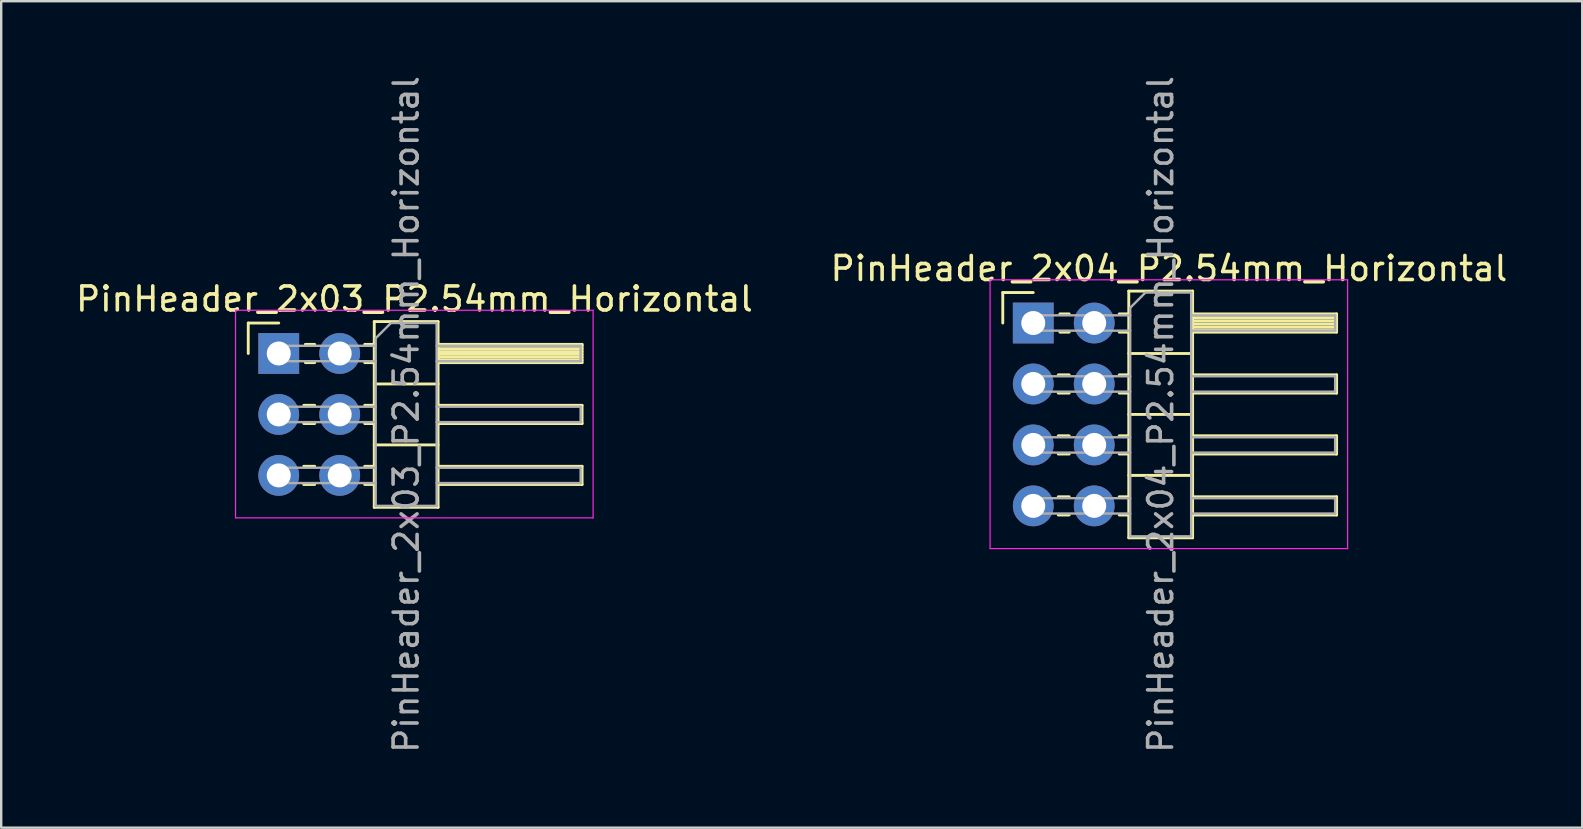
<source format=kicad_pcb>
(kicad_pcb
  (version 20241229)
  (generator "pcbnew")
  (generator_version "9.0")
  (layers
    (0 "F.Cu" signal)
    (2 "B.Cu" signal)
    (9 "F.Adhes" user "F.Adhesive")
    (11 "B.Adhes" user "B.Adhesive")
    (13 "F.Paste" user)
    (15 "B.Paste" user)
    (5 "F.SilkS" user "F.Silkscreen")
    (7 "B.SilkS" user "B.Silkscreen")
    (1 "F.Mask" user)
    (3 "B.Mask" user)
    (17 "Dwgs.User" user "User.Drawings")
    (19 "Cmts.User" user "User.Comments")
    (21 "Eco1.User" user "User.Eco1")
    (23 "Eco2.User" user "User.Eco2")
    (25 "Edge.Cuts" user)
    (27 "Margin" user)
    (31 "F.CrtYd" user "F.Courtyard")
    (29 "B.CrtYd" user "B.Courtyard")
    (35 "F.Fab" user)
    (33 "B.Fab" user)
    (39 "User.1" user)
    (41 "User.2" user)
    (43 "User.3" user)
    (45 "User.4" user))
  (footprint "PinHeader_2x04_P2.54mm_Horizontal"
    (layer "F.Cu")
    (at 40.006 10.41)
    (property "Reference" "PinHeader_2x04_P2.54mm_Horizontal" (at 5.655 -2.27 0) (layer "F.SilkS") (effects (font (size 1 1) (thickness 0.15))))
    (attr through_hole)
    (fp_line (start -1.27 -1.27) (end 0 -1.27) (stroke (width 0.12) (type solid)) (layer "F.SilkS"))
    (fp_line (start -1.27 0) (end -1.27 -1.27) (stroke (width 0.12) (type solid)) (layer "F.SilkS"))
    (fp_line (start 1.043 2.16) (end 1.497 2.16) (stroke (width 0.12) (type solid)) (layer "F.SilkS"))
    (fp_line (start 1.043 2.92) (end 1.497 2.92) (stroke (width 0.12) (type solid)) (layer "F.SilkS"))
    (fp_line (start 1.043 4.7) (end 1.497 4.7) (stroke (width 0.12) (type solid)) (layer "F.SilkS"))
    (fp_line (start 1.043 5.46) (end 1.497 5.46) (stroke (width 0.12) (type solid)) (layer "F.SilkS"))
    (fp_line (start 1.043 7.24) (end 1.497 7.24) (stroke (width 0.12) (type solid)) (layer "F.SilkS"))
    (fp_line (start 1.043 8) (end 1.497 8) (stroke (width 0.12) (type solid)) (layer "F.SilkS"))
    (fp_line (start 1.11 -0.38) (end 1.497 -0.38) (stroke (width 0.12) (type solid)) (layer "F.SilkS"))
    (fp_line (start 1.11 0.38) (end 1.497 0.38) (stroke (width 0.12) (type solid)) (layer "F.SilkS"))
    (fp_line (start 3.583 -0.38) (end 3.98 -0.38) (stroke (width 0.12) (type solid)) (layer "F.SilkS"))
    (fp_line (start 3.583 0.38) (end 3.98 0.38) (stroke (width 0.12) (type solid)) (layer "F.SilkS"))
    (fp_line (start 3.583 2.16) (end 3.98 2.16) (stroke (width 0.12) (type solid)) (layer "F.SilkS"))
    (fp_line (start 3.583 2.92) (end 3.98 2.92) (stroke (width 0.12) (type solid)) (layer "F.SilkS"))
    (fp_line (start 3.583 4.7) (end 3.98 4.7) (stroke (width 0.12) (type solid)) (layer "F.SilkS"))
    (fp_line (start 3.583 5.46) (end 3.98 5.46) (stroke (width 0.12) (type solid)) (layer "F.SilkS"))
    (fp_line (start 3.583 7.24) (end 3.98 7.24) (stroke (width 0.12) (type solid)) (layer "F.SilkS"))
    (fp_line (start 3.583 8) (end 3.98 8) (stroke (width 0.12) (type solid)) (layer "F.SilkS"))
    (fp_line (start 3.98 -1.33) (end 3.98 8.95) (stroke (width 0.12) (type solid)) (layer "F.SilkS"))
    (fp_line (start 3.98 1.27) (end 6.64 1.27) (stroke (width 0.12) (type solid)) (layer "F.SilkS"))
    (fp_line (start 3.98 3.81) (end 6.64 3.81) (stroke (width 0.12) (type solid)) (layer "F.SilkS"))
    (fp_line (start 3.98 6.35) (end 6.64 6.35) (stroke (width 0.12) (type solid)) (layer "F.SilkS"))
    (fp_line (start 3.98 8.95) (end 6.64 8.95) (stroke (width 0.12) (type solid)) (layer "F.SilkS"))
    (fp_line (start 6.64 -1.33) (end 3.98 -1.33) (stroke (width 0.12) (type solid)) (layer "F.SilkS"))
    (fp_line (start 6.64 -0.38) (end 12.64 -0.38) (stroke (width 0.12) (type solid)) (layer "F.SilkS"))
    (fp_line (start 6.64 -0.32) (end 12.64 -0.32) (stroke (width 0.12) (type solid)) (layer "F.SilkS"))
    (fp_line (start 6.64 -0.2) (end 12.64 -0.2) (stroke (width 0.12) (type solid)) (layer "F.SilkS"))
    (fp_line (start 6.64 -0.08) (end 12.64 -0.08) (stroke (width 0.12) (type solid)) (layer "F.SilkS"))
    (fp_line (start 6.64 0.04) (end 12.64 0.04) (stroke (width 0.12) (type solid)) (layer "F.SilkS"))
    (fp_line (start 6.64 0.16) (end 12.64 0.16) (stroke (width 0.12) (type solid)) (layer "F.SilkS"))
    (fp_line (start 6.64 0.28) (end 12.64 0.28) (stroke (width 0.12) (type solid)) (layer "F.SilkS"))
    (fp_line (start 6.64 2.16) (end 12.64 2.16) (stroke (width 0.12) (type solid)) (layer "F.SilkS"))
    (fp_line (start 6.64 4.7) (end 12.64 4.7) (stroke (width 0.12) (type solid)) (layer "F.SilkS"))
    (fp_line (start 6.64 7.24) (end 12.64 7.24) (stroke (width 0.12) (type solid)) (layer "F.SilkS"))
    (fp_line (start 6.64 8.95) (end 6.64 -1.33) (stroke (width 0.12) (type solid)) (layer "F.SilkS"))
    (fp_line (start 12.64 -0.38) (end 12.64 0.38) (stroke (width 0.12) (type solid)) (layer "F.SilkS"))
    (fp_line (start 12.64 0.38) (end 6.64 0.38) (stroke (width 0.12) (type solid)) (layer "F.SilkS"))
    (fp_line (start 12.64 2.16) (end 12.64 2.92) (stroke (width 0.12) (type solid)) (layer "F.SilkS"))
    (fp_line (start 12.64 2.92) (end 6.64 2.92) (stroke (width 0.12) (type solid)) (layer "F.SilkS"))
    (fp_line (start 12.64 4.7) (end 12.64 5.46) (stroke (width 0.12) (type solid)) (layer "F.SilkS"))
    (fp_line (start 12.64 5.46) (end 6.64 5.46) (stroke (width 0.12) (type solid)) (layer "F.SilkS"))
    (fp_line (start 12.64 7.24) (end 12.64 8) (stroke (width 0.12) (type solid)) (layer "F.SilkS"))
    (fp_line (start 12.64 8) (end 6.64 8) (stroke (width 0.12) (type solid)) (layer "F.SilkS"))
    (fp_line (start -1.8 -1.8) (end -1.8 9.4) (stroke (width 0.05) (type solid)) (layer "F.CrtYd"))
    (fp_line (start -1.8 9.4) (end 13.1 9.4) (stroke (width 0.05) (type solid)) (layer "F.CrtYd"))
    (fp_line (start 13.1 -1.8) (end -1.8 -1.8) (stroke (width 0.05) (type solid)) (layer "F.CrtYd"))
    (fp_line (start 13.1 9.4) (end 13.1 -1.8) (stroke (width 0.05) (type solid)) (layer "F.CrtYd"))
    (fp_line (start -0.32 -0.32) (end -0.32 0.32) (stroke (width 0.1) (type solid)) (layer "F.Fab"))
    (fp_line (start -0.32 -0.32) (end 4.04 -0.32) (stroke (width 0.1) (type solid)) (layer "F.Fab"))
    (fp_line (start -0.32 0.32) (end 4.04 0.32) (stroke (width 0.1) (type solid)) (layer "F.Fab"))
    (fp_line (start -0.32 2.22) (end -0.32 2.86) (stroke (width 0.1) (type solid)) (layer "F.Fab"))
    (fp_line (start -0.32 2.22) (end 4.04 2.22) (stroke (width 0.1) (type solid)) (layer "F.Fab"))
    (fp_line (start -0.32 2.86) (end 4.04 2.86) (stroke (width 0.1) (type solid)) (layer "F.Fab"))
    (fp_line (start -0.32 4.76) (end -0.32 5.4) (stroke (width 0.1) (type solid)) (layer "F.Fab"))
    (fp_line (start -0.32 4.76) (end 4.04 4.76) (stroke (width 0.1) (type solid)) (layer "F.Fab"))
    (fp_line (start -0.32 5.4) (end 4.04 5.4) (stroke (width 0.1) (type solid)) (layer "F.Fab"))
    (fp_line (start -0.32 7.3) (end -0.32 7.94) (stroke (width 0.1) (type solid)) (layer "F.Fab"))
    (fp_line (start -0.32 7.3) (end 4.04 7.3) (stroke (width 0.1) (type solid)) (layer "F.Fab"))
    (fp_line (start -0.32 7.94) (end 4.04 7.94) (stroke (width 0.1) (type solid)) (layer "F.Fab"))
    (fp_line (start 4.04 -0.635) (end 4.675 -1.27) (stroke (width 0.1) (type solid)) (layer "F.Fab"))
    (fp_line (start 4.04 8.89) (end 4.04 -0.635) (stroke (width 0.1) (type solid)) (layer "F.Fab"))
    (fp_line (start 4.675 -1.27) (end 6.58 -1.27) (stroke (width 0.1) (type solid)) (layer "F.Fab"))
    (fp_line (start 6.58 -1.27) (end 6.58 8.89) (stroke (width 0.1) (type solid)) (layer "F.Fab"))
    (fp_line (start 6.58 -0.32) (end 12.58 -0.32) (stroke (width 0.1) (type solid)) (layer "F.Fab"))
    (fp_line (start 6.58 0.32) (end 12.58 0.32) (stroke (width 0.1) (type solid)) (layer "F.Fab"))
    (fp_line (start 6.58 2.22) (end 12.58 2.22) (stroke (width 0.1) (type solid)) (layer "F.Fab"))
    (fp_line (start 6.58 2.86) (end 12.58 2.86) (stroke (width 0.1) (type solid)) (layer "F.Fab"))
    (fp_line (start 6.58 4.76) (end 12.58 4.76) (stroke (width 0.1) (type solid)) (layer "F.Fab"))
    (fp_line (start 6.58 5.4) (end 12.58 5.4) (stroke (width 0.1) (type solid)) (layer "F.Fab"))
    (fp_line (start 6.58 7.3) (end 12.58 7.3) (stroke (width 0.1) (type solid)) (layer "F.Fab"))
    (fp_line (start 6.58 7.94) (end 12.58 7.94) (stroke (width 0.1) (type solid)) (layer "F.Fab"))
    (fp_line (start 6.58 8.89) (end 4.04 8.89) (stroke (width 0.1) (type solid)) (layer "F.Fab"))
    (fp_line (start 12.58 -0.32) (end 12.58 0.32) (stroke (width 0.1) (type solid)) (layer "F.Fab"))
    (fp_line (start 12.58 2.22) (end 12.58 2.86) (stroke (width 0.1) (type solid)) (layer "F.Fab"))
    (fp_line (start 12.58 4.76) (end 12.58 5.4) (stroke (width 0.1) (type solid)) (layer "F.Fab"))
    (fp_line (start 12.58 7.3) (end 12.58 7.94) (stroke (width 0.1) (type solid)) (layer "F.Fab"))
    (fp_text user "${REFERENCE}" (at 5.31 3.81 90) (layer "F.Fab") (effects (font (size 1 1) (thickness 0.15))))
    (pad "1" thru_hole rect (at 0 0) (size 1.7 1.7) (drill 1) (layers "*.Cu" "*.Mask"))
    (pad "2" thru_hole oval (at 0 2.54) (size 1.7 1.7) (drill 1) (layers "*.Cu" "*.Mask"))
    (pad "3" thru_hole oval (at 0 5.08) (size 1.7 1.7) (drill 1) (layers "*.Cu" "*.Mask"))
    (pad "4" thru_hole oval (at 0 7.62) (size 1.7 1.7) (drill 1) (layers "*.Cu" "*.Mask"))
    (pad "5" thru_hole oval (at 2.54 0) (size 1.7 1.7) (drill 1) (layers "*.Cu" "*.Mask"))
    (pad "6" thru_hole oval (at 2.54 2.54) (size 1.7 1.7) (drill 1) (layers "*.Cu" "*.Mask"))
    (pad "7" thru_hole oval (at 2.54 5.08) (size 1.7 1.7) (drill 1) (layers "*.Cu" "*.Mask"))
    (pad "8" thru_hole oval (at 2.54 7.62) (size 1.7 1.7) (drill 1) (layers "*.Cu" "*.Mask")))
  (footprint "PinHeader_2x03_P2.54mm_Horizontal"
    (layer "F.Cu")
    (at 8.565 11.68)
    (property "Reference" "PinHeader_2x03_P2.54mm_Horizontal" (at 5.655 -2.27 0) (layer "F.SilkS") (effects (font (size 1 1) (thickness 0.15))))
    (attr through_hole)
    (fp_line (start -1.27 -1.27) (end 0 -1.27) (stroke (width 0.12) (type solid)) (layer "F.SilkS"))
    (fp_line (start -1.27 0) (end -1.27 -1.27) (stroke (width 0.12) (type solid)) (layer "F.SilkS"))
    (fp_line (start 1.043 2.16) (end 1.497 2.16) (stroke (width 0.12) (type solid)) (layer "F.SilkS"))
    (fp_line (start 1.043 2.92) (end 1.497 2.92) (stroke (width 0.12) (type solid)) (layer "F.SilkS"))
    (fp_line (start 1.043 4.7) (end 1.497 4.7) (stroke (width 0.12) (type solid)) (layer "F.SilkS"))
    (fp_line (start 1.043 5.46) (end 1.497 5.46) (stroke (width 0.12) (type solid)) (layer "F.SilkS"))
    (fp_line (start 1.11 -0.38) (end 1.497 -0.38) (stroke (width 0.12) (type solid)) (layer "F.SilkS"))
    (fp_line (start 1.11 0.38) (end 1.497 0.38) (stroke (width 0.12) (type solid)) (layer "F.SilkS"))
    (fp_line (start 3.583 -0.38) (end 3.98 -0.38) (stroke (width 0.12) (type solid)) (layer "F.SilkS"))
    (fp_line (start 3.583 0.38) (end 3.98 0.38) (stroke (width 0.12) (type solid)) (layer "F.SilkS"))
    (fp_line (start 3.583 2.16) (end 3.98 2.16) (stroke (width 0.12) (type solid)) (layer "F.SilkS"))
    (fp_line (start 3.583 2.92) (end 3.98 2.92) (stroke (width 0.12) (type solid)) (layer "F.SilkS"))
    (fp_line (start 3.583 4.7) (end 3.98 4.7) (stroke (width 0.12) (type solid)) (layer "F.SilkS"))
    (fp_line (start 3.583 5.46) (end 3.98 5.46) (stroke (width 0.12) (type solid)) (layer "F.SilkS"))
    (fp_line (start 3.98 -1.33) (end 3.98 6.41) (stroke (width 0.12) (type solid)) (layer "F.SilkS"))
    (fp_line (start 3.98 1.27) (end 6.64 1.27) (stroke (width 0.12) (type solid)) (layer "F.SilkS"))
    (fp_line (start 3.98 3.81) (end 6.64 3.81) (stroke (width 0.12) (type solid)) (layer "F.SilkS"))
    (fp_line (start 3.98 6.41) (end 6.64 6.41) (stroke (width 0.12) (type solid)) (layer "F.SilkS"))
    (fp_line (start 6.64 -1.33) (end 3.98 -1.33) (stroke (width 0.12) (type solid)) (layer "F.SilkS"))
    (fp_line (start 6.64 -0.38) (end 12.64 -0.38) (stroke (width 0.12) (type solid)) (layer "F.SilkS"))
    (fp_line (start 6.64 -0.32) (end 12.64 -0.32) (stroke (width 0.12) (type solid)) (layer "F.SilkS"))
    (fp_line (start 6.64 -0.2) (end 12.64 -0.2) (stroke (width 0.12) (type solid)) (layer "F.SilkS"))
    (fp_line (start 6.64 -0.08) (end 12.64 -0.08) (stroke (width 0.12) (type solid)) (layer "F.SilkS"))
    (fp_line (start 6.64 0.04) (end 12.64 0.04) (stroke (width 0.12) (type solid)) (layer "F.SilkS"))
    (fp_line (start 6.64 0.16) (end 12.64 0.16) (stroke (width 0.12) (type solid)) (layer "F.SilkS"))
    (fp_line (start 6.64 0.28) (end 12.64 0.28) (stroke (width 0.12) (type solid)) (layer "F.SilkS"))
    (fp_line (start 6.64 2.16) (end 12.64 2.16) (stroke (width 0.12) (type solid)) (layer "F.SilkS"))
    (fp_line (start 6.64 4.7) (end 12.64 4.7) (stroke (width 0.12) (type solid)) (layer "F.SilkS"))
    (fp_line (start 6.64 6.41) (end 6.64 -1.33) (stroke (width 0.12) (type solid)) (layer "F.SilkS"))
    (fp_line (start 12.64 -0.38) (end 12.64 0.38) (stroke (width 0.12) (type solid)) (layer "F.SilkS"))
    (fp_line (start 12.64 0.38) (end 6.64 0.38) (stroke (width 0.12) (type solid)) (layer "F.SilkS"))
    (fp_line (start 12.64 2.16) (end 12.64 2.92) (stroke (width 0.12) (type solid)) (layer "F.SilkS"))
    (fp_line (start 12.64 2.92) (end 6.64 2.92) (stroke (width 0.12) (type solid)) (layer "F.SilkS"))
    (fp_line (start 12.64 4.7) (end 12.64 5.46) (stroke (width 0.12) (type solid)) (layer "F.SilkS"))
    (fp_line (start 12.64 5.46) (end 6.64 5.46) (stroke (width 0.12) (type solid)) (layer "F.SilkS"))
    (fp_line (start -1.8 -1.8) (end -1.8 6.85) (stroke (width 0.05) (type solid)) (layer "F.CrtYd"))
    (fp_line (start -1.8 6.85) (end 13.1 6.85) (stroke (width 0.05) (type solid)) (layer "F.CrtYd"))
    (fp_line (start 13.1 -1.8) (end -1.8 -1.8) (stroke (width 0.05) (type solid)) (layer "F.CrtYd"))
    (fp_line (start 13.1 6.85) (end 13.1 -1.8) (stroke (width 0.05) (type solid)) (layer "F.CrtYd"))
    (fp_line (start -0.32 -0.32) (end -0.32 0.32) (stroke (width 0.1) (type solid)) (layer "F.Fab"))
    (fp_line (start -0.32 -0.32) (end 4.04 -0.32) (stroke (width 0.1) (type solid)) (layer "F.Fab"))
    (fp_line (start -0.32 0.32) (end 4.04 0.32) (stroke (width 0.1) (type solid)) (layer "F.Fab"))
    (fp_line (start -0.32 2.22) (end -0.32 2.86) (stroke (width 0.1) (type solid)) (layer "F.Fab"))
    (fp_line (start -0.32 2.22) (end 4.04 2.22) (stroke (width 0.1) (type solid)) (layer "F.Fab"))
    (fp_line (start -0.32 2.86) (end 4.04 2.86) (stroke (width 0.1) (type solid)) (layer "F.Fab"))
    (fp_line (start -0.32 4.76) (end -0.32 5.4) (stroke (width 0.1) (type solid)) (layer "F.Fab"))
    (fp_line (start -0.32 4.76) (end 4.04 4.76) (stroke (width 0.1) (type solid)) (layer "F.Fab"))
    (fp_line (start -0.32 5.4) (end 4.04 5.4) (stroke (width 0.1) (type solid)) (layer "F.Fab"))
    (fp_line (start 4.04 -0.635) (end 4.675 -1.27) (stroke (width 0.1) (type solid)) (layer "F.Fab"))
    (fp_line (start 4.04 6.35) (end 4.04 -0.635) (stroke (width 0.1) (type solid)) (layer "F.Fab"))
    (fp_line (start 4.675 -1.27) (end 6.58 -1.27) (stroke (width 0.1) (type solid)) (layer "F.Fab"))
    (fp_line (start 6.58 -1.27) (end 6.58 6.35) (stroke (width 0.1) (type solid)) (layer "F.Fab"))
    (fp_line (start 6.58 -0.32) (end 12.58 -0.32) (stroke (width 0.1) (type solid)) (layer "F.Fab"))
    (fp_line (start 6.58 0.32) (end 12.58 0.32) (stroke (width 0.1) (type solid)) (layer "F.Fab"))
    (fp_line (start 6.58 2.22) (end 12.58 2.22) (stroke (width 0.1) (type solid)) (layer "F.Fab"))
    (fp_line (start 6.58 2.86) (end 12.58 2.86) (stroke (width 0.1) (type solid)) (layer "F.Fab"))
    (fp_line (start 6.58 4.76) (end 12.58 4.76) (stroke (width 0.1) (type solid)) (layer "F.Fab"))
    (fp_line (start 6.58 5.4) (end 12.58 5.4) (stroke (width 0.1) (type solid)) (layer "F.Fab"))
    (fp_line (start 6.58 6.35) (end 4.04 6.35) (stroke (width 0.1) (type solid)) (layer "F.Fab"))
    (fp_line (start 12.58 -0.32) (end 12.58 0.32) (stroke (width 0.1) (type solid)) (layer "F.Fab"))
    (fp_line (start 12.58 2.22) (end 12.58 2.86) (stroke (width 0.1) (type solid)) (layer "F.Fab"))
    (fp_line (start 12.58 4.76) (end 12.58 5.4) (stroke (width 0.1) (type solid)) (layer "F.Fab"))
    (fp_text user "${REFERENCE}" (at 5.31 2.54 90) (layer "F.Fab") (effects (font (size 1 1) (thickness 0.15))))
    (pad "1" thru_hole rect (at 0 0) (size 1.7 1.7) (drill 1) (layers "*.Cu" "*.Mask"))
    (pad "2" thru_hole oval (at 0 2.54) (size 1.7 1.7) (drill 1) (layers "*.Cu" "*.Mask"))
    (pad "3" thru_hole oval (at 0 5.08) (size 1.7 1.7) (drill 1) (layers "*.Cu" "*.Mask"))
    (pad "4" thru_hole oval (at 2.54 0) (size 1.7 1.7) (drill 1) (layers "*.Cu" "*.Mask"))
    (pad "5" thru_hole oval (at 2.54 2.54) (size 1.7 1.7) (drill 1) (layers "*.Cu" "*.Mask"))
    (pad "6" thru_hole oval (at 2.54 5.08) (size 1.7 1.7) (drill 1) (layers "*.Cu" "*.Mask")))
  (gr_rect
    (start -3 -3)
    (end 62.881 31.44)
    (stroke (width 0.1) (type default))
    (fill no)
    (layer "Edge.Cuts")))
</source>
